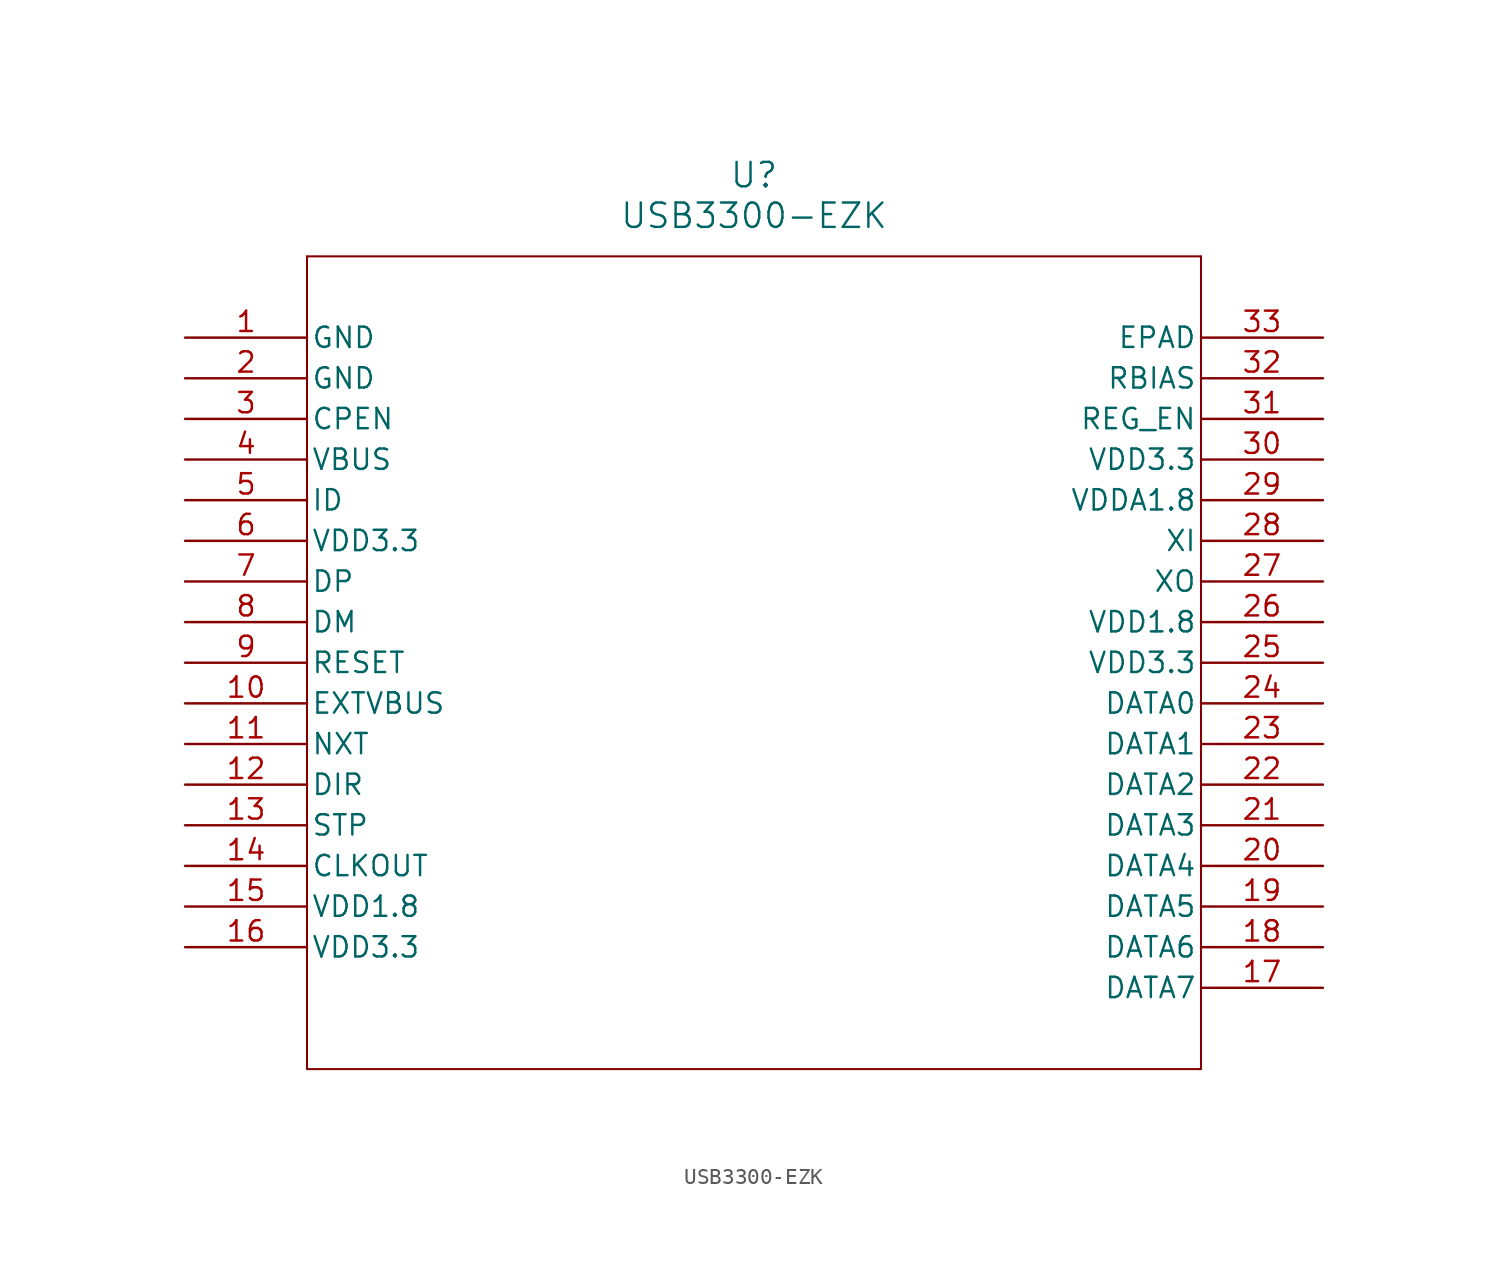
<source format=kicad_sym>
(kicad_symbol_lib
  (version 20211014)
  (generator kicad_symbol_editor)
  (symbol "USB3300-EZK"
    (pin_names
      (offset 0.254))
    (property "Reference" "U"
      (at 35.56 10.16 0)
      (effects (font (size 1.524 1.524))))
    (property "Value" "USB3300-EZK"
      (at 35.56 7.62 0)
      (effects (font (size 1.524 1.524))))
    (symbol "USB3300-EZK_0_1"
      (polyline (pts (xy 7.62 5.08) (xy 7.62 -45.72)) (stroke (width 0.127) (type default) (color 0 0 0 0)) (fill (type none)))
      (polyline (pts (xy 7.62 -45.72) (xy 63.5 -45.72)) (stroke (width 0.127) (type default) (color 0 0 0 0)) (fill (type none)))
      (polyline (pts (xy 63.5 -45.72) (xy 63.5 5.08)) (stroke (width 0.127) (type default) (color 0 0 0 0)) (fill (type none)))
      (polyline (pts (xy 63.5 5.08) (xy 7.62 5.08)) (stroke (width 0.127) (type default) (color 0 0 0 0)) (fill (type none)))
      (pin power_in line (at 0 0 0) (length 7.62) (name "GND" (effects (font (size 1.27 1.27)))) (number "1" (effects (font (size 1.27 1.27)))))
      (pin power_in line (at 0 -2.54 0) (length 7.62) (name "GND" (effects (font (size 1.27 1.27)))) (number "2" (effects (font (size 1.27 1.27)))))
      (pin output line (at 0 -5.08 0) (length 7.62) (name "CPEN" (effects (font (size 1.27 1.27)))) (number "3" (effects (font (size 1.27 1.27)))))
      (pin bidirectional line (at 0 -7.62 0) (length 7.62) (name "VBUS" (effects (font (size 1.27 1.27)))) (number "4" (effects (font (size 1.27 1.27)))))
      (pin input line (at 0 -10.16 0) (length 7.62) (name "ID" (effects (font (size 1.27 1.27)))) (number "5" (effects (font (size 1.27 1.27)))))
      (pin power_in line (at 0 -12.7 0) (length 7.62) (name "VDD3.3" (effects (font (size 1.27 1.27)))) (number "6" (effects (font (size 1.27 1.27)))))
      (pin bidirectional line (at 0 -15.24 0) (length 7.62) (name "DP" (effects (font (size 1.27 1.27)))) (number "7" (effects (font (size 1.27 1.27)))))
      (pin bidirectional line (at 0 -17.78 0) (length 7.62) (name "DM" (effects (font (size 1.27 1.27)))) (number "8" (effects (font (size 1.27 1.27)))))
      (pin input line (at 0 -20.32 0) (length 7.62) (name "RESET" (effects (font (size 1.27 1.27)))) (number "9" (effects (font (size 1.27 1.27)))))
      (pin input line (at 0 -22.86 0) (length 7.62) (name "EXTVBUS" (effects (font (size 1.27 1.27)))) (number "10" (effects (font (size 1.27 1.27)))))
      (pin output line (at 0 -25.4 0) (length 7.62) (name "NXT" (effects (font (size 1.27 1.27)))) (number "11" (effects (font (size 1.27 1.27)))))
      (pin output line (at 0 -27.94 0) (length 7.62) (name "DIR" (effects (font (size 1.27 1.27)))) (number "12" (effects (font (size 1.27 1.27)))))
      (pin input line (at 0 -30.48 0) (length 7.62) (name "STP" (effects (font (size 1.27 1.27)))) (number "13" (effects (font (size 1.27 1.27)))))
      (pin output line (at 0 -33.02 0) (length 7.62) (name "CLKOUT" (effects (font (size 1.27 1.27)))) (number "14" (effects (font (size 1.27 1.27)))))
      (pin power_in line (at 0 -35.56 0) (length 7.62) (name "VDD1.8" (effects (font (size 1.27 1.27)))) (number "15" (effects (font (size 1.27 1.27)))))
      (pin power_in line (at 0 -38.1 0) (length 7.62) (name "VDD3.3" (effects (font (size 1.27 1.27)))) (number "16" (effects (font (size 1.27 1.27)))))
      (pin bidirectional line (at 71.12 -40.64 180) (length 7.62) (name "DATA7" (effects (font (size 1.27 1.27)))) (number "17" (effects (font (size 1.27 1.27)))))
      (pin bidirectional line (at 71.12 -38.1 180) (length 7.62) (name "DATA6" (effects (font (size 1.27 1.27)))) (number "18" (effects (font (size 1.27 1.27)))))
      (pin bidirectional line (at 71.12 -35.56 180) (length 7.62) (name "DATA5" (effects (font (size 1.27 1.27)))) (number "19" (effects (font (size 1.27 1.27)))))
      (pin bidirectional line (at 71.12 -33.02 180) (length 7.62) (name "DATA4" (effects (font (size 1.27 1.27)))) (number "20" (effects (font (size 1.27 1.27)))))
      (pin bidirectional line (at 71.12 -30.48 180) (length 7.62) (name "DATA3" (effects (font (size 1.27 1.27)))) (number "21" (effects (font (size 1.27 1.27)))))
      (pin bidirectional line (at 71.12 -27.94 180) (length 7.62) (name "DATA2" (effects (font (size 1.27 1.27)))) (number "22" (effects (font (size 1.27 1.27)))))
      (pin bidirectional line (at 71.12 -25.4 180) (length 7.62) (name "DATA1" (effects (font (size 1.27 1.27)))) (number "23" (effects (font (size 1.27 1.27)))))
      (pin bidirectional line (at 71.12 -22.86 180) (length 7.62) (name "DATA0" (effects (font (size 1.27 1.27)))) (number "24" (effects (font (size 1.27 1.27)))))
      (pin power_in line (at 71.12 -20.32 180) (length 7.62) (name "VDD3.3" (effects (font (size 1.27 1.27)))) (number "25" (effects (font (size 1.27 1.27)))))
      (pin power_in line (at 71.12 -17.78 180) (length 7.62) (name "VDD1.8" (effects (font (size 1.27 1.27)))) (number "26" (effects (font (size 1.27 1.27)))))
      (pin output line (at 71.12 -15.24 180) (length 7.62) (name "XO" (effects (font (size 1.27 1.27)))) (number "27" (effects (font (size 1.27 1.27)))))
      (pin input line (at 71.12 -12.7 180) (length 7.62) (name "XI" (effects (font (size 1.27 1.27)))) (number "28" (effects (font (size 1.27 1.27)))))
      (pin power_in line (at 71.12 -10.16 180) (length 7.62) (name "VDDA1.8" (effects (font (size 1.27 1.27)))) (number "29" (effects (font (size 1.27 1.27)))))
      (pin power_in line (at 71.12 -7.62 180) (length 7.62) (name "VDD3.3" (effects (font (size 1.27 1.27)))) (number "30" (effects (font (size 1.27 1.27)))))
      (pin bidirectional line (at 71.12 -5.08 180) (length 7.62) (name "REG_EN" (effects (font (size 1.27 1.27)))) (number "31" (effects (font (size 1.27 1.27)))))
      (pin unspecified line (at 71.12 -2.54 180) (length 7.62) (name "RBIAS" (effects (font (size 1.27 1.27)))) (number "32" (effects (font (size 1.27 1.27)))))
      (pin unspecified line (at 71.12 0 180) (length 7.62) (name "EPAD" (effects (font (size 1.27 1.27)))) (number "33" (effects (font (size 1.27 1.27))))))))
</source>
